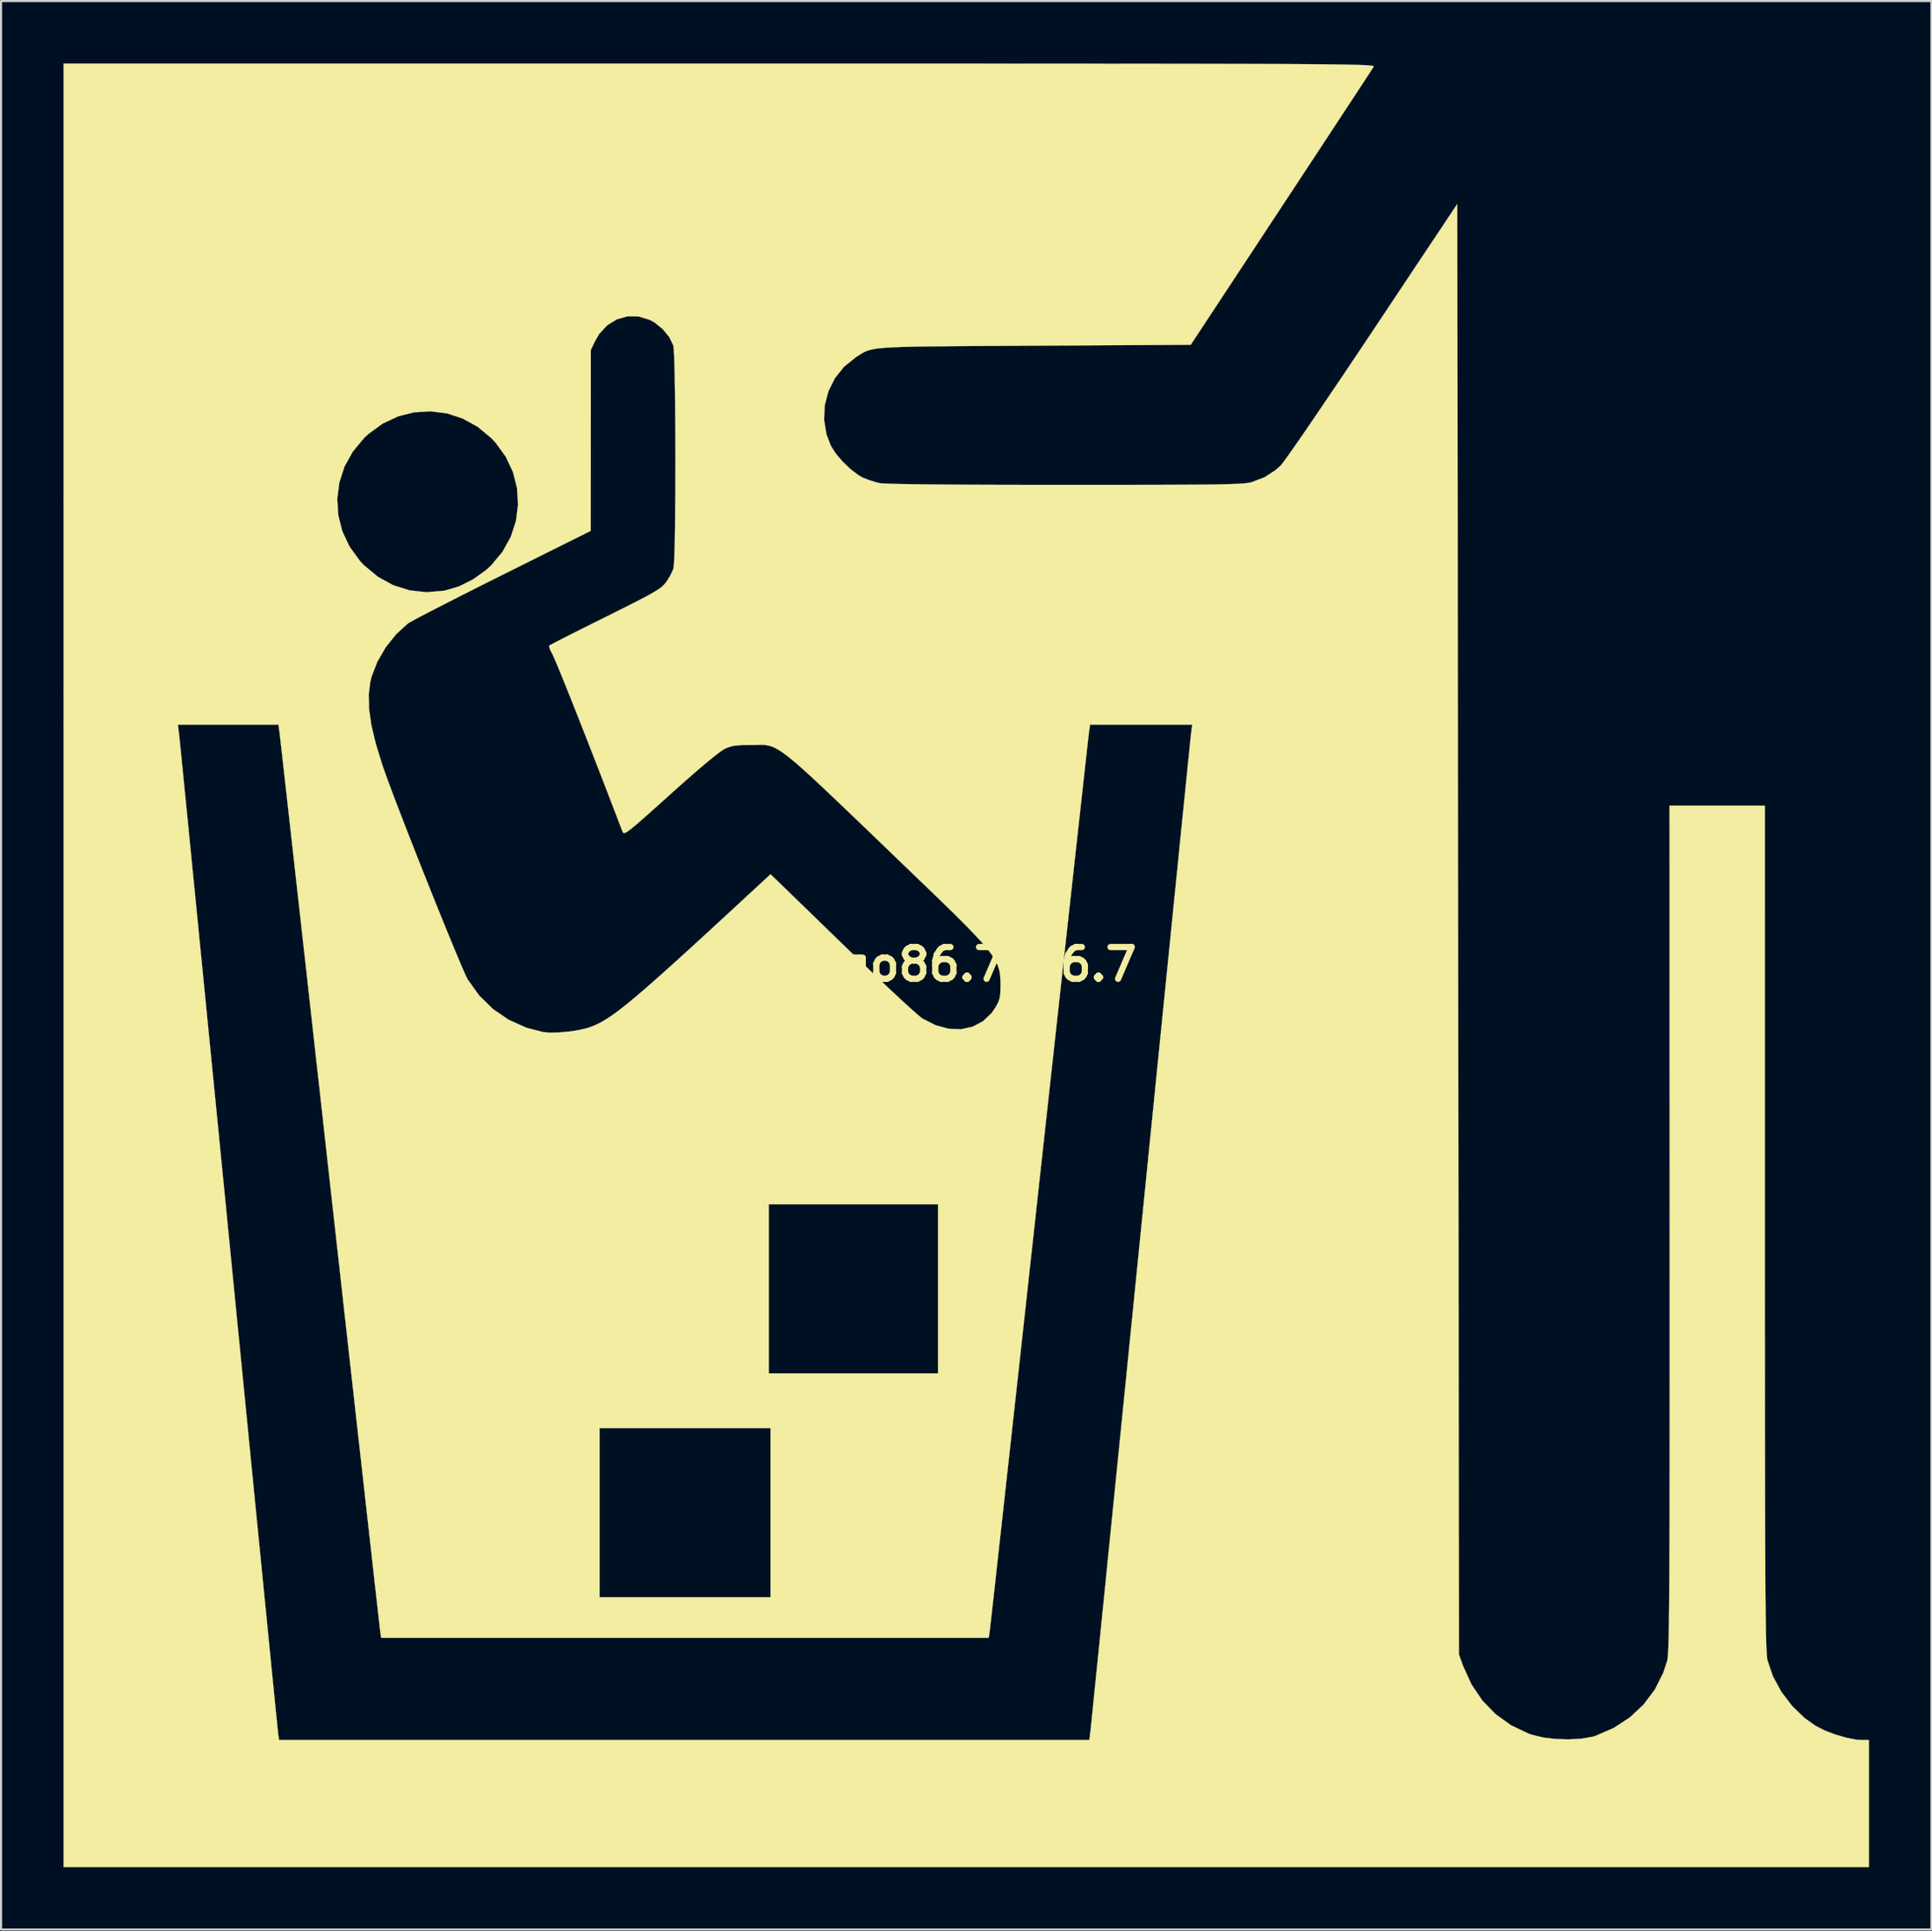
<source format=kicad_pcb>
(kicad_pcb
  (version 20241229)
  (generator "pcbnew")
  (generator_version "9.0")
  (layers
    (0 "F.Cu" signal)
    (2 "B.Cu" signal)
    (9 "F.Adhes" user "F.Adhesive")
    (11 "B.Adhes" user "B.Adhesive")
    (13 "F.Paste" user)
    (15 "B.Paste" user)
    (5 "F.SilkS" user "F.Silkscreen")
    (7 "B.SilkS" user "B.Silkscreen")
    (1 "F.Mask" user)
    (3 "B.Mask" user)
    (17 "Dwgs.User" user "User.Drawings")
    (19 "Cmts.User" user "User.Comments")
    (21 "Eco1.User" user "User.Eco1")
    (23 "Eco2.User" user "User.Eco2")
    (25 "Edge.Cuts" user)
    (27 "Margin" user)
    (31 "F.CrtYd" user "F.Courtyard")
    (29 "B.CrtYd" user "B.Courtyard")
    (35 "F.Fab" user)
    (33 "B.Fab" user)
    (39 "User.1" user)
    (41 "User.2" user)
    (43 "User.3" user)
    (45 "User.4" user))
  (footprint "logo86.7x86.7"
    (layer "F.Cu")
    (at 43.354 43.27)
    (property "Reference" "logo86.7x86.7" (at 0 0 0) (layer "F.SilkS") (effects (font (size 1.524 1.524) (thickness 0.3))))
    (attr through_hole)
    (fp_poly (pts (xy -9.102 -43.265) (xy -6.518 -43.265) (xy -4.094 -43.264) (xy -1.823 -43.264) (xy 0.298 -43.264) (xy 2.275 -43.263) (xy 4.113 -43.262) (xy 5.817 -43.261) (xy 7.391 -43.26) (xy 8.842 -43.259) (xy 10.174 -43.257) (xy 11.391 -43.255) (xy 12.5 -43.252) (xy 13.505 -43.25) (xy 14.411 -43.247) (xy 15.223 -43.243) (xy 15.947 -43.239) (xy 16.586 -43.235) (xy 17.147 -43.23) (xy 17.634 -43.224) (xy 18.053 -43.219) (xy 18.408 -43.212) (xy 18.704 -43.205) (xy 18.947 -43.198) (xy 19.141 -43.19) (xy 19.291 -43.181) (xy 19.404 -43.171) (xy 19.482 -43.161) (xy 19.533 -43.15) (xy 19.56 -43.139) (xy 19.568 -43.126) (xy 19.566 -43.117) (xy 19.508 -43.026) (xy 19.364 -42.804) (xy 19.139 -42.46) (xy 18.842 -42.006) (xy 18.477 -41.45) (xy 18.053 -40.804) (xy 17.575 -40.077) (xy 17.05 -39.279) (xy 16.485 -38.42) (xy 15.887 -37.51) (xy 15.261 -36.561) (xy 15.132 -36.364) (xy 10.782 -29.76) (xy 3.253 -29.718) (xy 1.935 -29.71) (xy 0.774 -29.704) (xy -0.239 -29.697) (xy -1.116 -29.69) (xy -1.868 -29.682) (xy -2.507 -29.672) (xy -3.043 -29.659) (xy -3.488 -29.642) (xy -3.853 -29.621) (xy -4.148 -29.595) (xy -4.386 -29.564) (xy -4.576 -29.526) (xy -4.731 -29.481) (xy -4.862 -29.429) (xy -4.979 -29.368) (xy -5.093 -29.297) (xy -5.217 -29.217) (xy -5.296 -29.166) (xy -5.862 -28.712) (xy -6.305 -28.16) (xy -6.618 -27.533) (xy -6.795 -26.857) (xy -6.828 -26.156) (xy -6.711 -25.456) (xy -6.501 -24.908) (xy -6.271 -24.544) (xy -5.94 -24.154) (xy -5.559 -23.789) (xy -5.176 -23.498) (xy -4.986 -23.389) (xy -4.656 -23.256) (xy -4.283 -23.144) (xy -4.149 -23.114) (xy -3.985 -23.099) (xy -3.657 -23.086) (xy -3.172 -23.074) (xy -2.534 -23.063) (xy -1.751 -23.054) (xy -0.828 -23.046) (xy 0.23 -23.039) (xy 1.417 -23.034) (xy 2.726 -23.031) (xy 4.153 -23.029) (xy 4.78 -23.029) (xy 6.183 -23.03) (xy 7.427 -23.03) (xy 8.521 -23.032) (xy 9.477 -23.034) (xy 10.304 -23.038) (xy 11.012 -23.042) (xy 11.611 -23.048) (xy 12.112 -23.055) (xy 12.525 -23.064) (xy 12.859 -23.075) (xy 13.124 -23.087) (xy 13.332 -23.102) (xy 13.492 -23.119) (xy 13.614 -23.138) (xy 13.708 -23.16) (xy 13.722 -23.164) (xy 14.32 -23.395) (xy 14.833 -23.723) (xy 15.092 -23.949) (xy 15.186 -24.063) (xy 15.366 -24.309) (xy 15.625 -24.673) (xy 15.955 -25.147) (xy 16.349 -25.718) (xy 16.799 -26.377) (xy 17.298 -27.112) (xy 17.839 -27.913) (xy 18.415 -28.768) (xy 19.017 -29.667) (xy 19.494 -30.383) (xy 23.58 -36.517) (xy 23.664 33.147) (xy 23.862 33.697) (xy 24.261 34.575) (xy 24.784 35.35) (xy 25.422 36.009) (xy 26.162 36.542) (xy 26.995 36.939) (xy 27.189 37.006) (xy 27.706 37.13) (xy 28.309 37.202) (xy 28.94 37.221) (xy 29.544 37.187) (xy 30.065 37.098) (xy 30.226 37.051) (xy 31.095 36.674) (xy 31.867 36.169) (xy 32.531 35.549) (xy 33.072 34.828) (xy 33.478 34.018) (xy 33.66 33.464) (xy 33.674 33.397) (xy 33.687 33.302) (xy 33.699 33.174) (xy 33.71 33.005) (xy 33.72 32.789) (xy 33.729 32.52) (xy 33.738 32.192) (xy 33.745 31.798) (xy 33.752 31.332) (xy 33.758 30.789) (xy 33.763 30.16) (xy 33.768 29.441) (xy 33.771 28.625) (xy 33.775 27.705) (xy 33.777 26.676) (xy 33.78 25.531) (xy 33.781 24.263) (xy 33.782 22.867) (xy 33.783 21.336) (xy 33.784 19.663) (xy 33.784 17.844) (xy 33.784 15.87) (xy 33.783 13.736) (xy 33.783 12.679) (xy 33.776 -7.62) (xy 38.354 -7.62) (xy 38.355 12.636) (xy 38.355 14.854) (xy 38.356 16.909) (xy 38.357 18.806) (xy 38.358 20.553) (xy 38.359 22.156) (xy 38.361 23.62) (xy 38.363 24.953) (xy 38.365 26.16) (xy 38.368 27.248) (xy 38.372 28.222) (xy 38.376 29.09) (xy 38.381 29.856) (xy 38.386 30.529) (xy 38.392 31.113) (xy 38.399 31.615) (xy 38.406 32.041) (xy 38.415 32.398) (xy 38.424 32.692) (xy 38.434 32.928) (xy 38.445 33.114) (xy 38.456 33.256) (xy 38.469 33.359) (xy 38.481 33.422) (xy 38.743 34.194) (xy 39.148 34.939) (xy 39.668 35.623) (xy 40.278 36.209) (xy 40.805 36.579) (xy 41.242 36.799) (xy 41.755 36.993) (xy 42.284 37.145) (xy 42.767 37.236) (xy 43.024 37.253) (xy 43.349 37.253) (xy 43.349 43.349) (xy -43.349 43.349) (xy -43.349 -11.515) (xy -37.862 -11.515) (xy -37.811 -11.113) (xy -37.798 -10.995) (xy -37.769 -10.716) (xy -37.726 -10.283) (xy -37.668 -9.701) (xy -37.595 -8.979) (xy -37.51 -8.122) (xy -37.412 -7.139) (xy -37.303 -6.035) (xy -37.182 -4.818) (xy -37.051 -3.494) (xy -36.91 -2.071) (xy -36.76 -0.555) (xy -36.601 1.046) (xy -36.435 2.727) (xy -36.262 4.479) (xy -36.082 6.296) (xy -35.897 8.172) (xy -35.707 10.099) (xy -35.512 12.07) (xy -35.434 12.869) (xy -35.238 14.856) (xy -35.046 16.802) (xy -34.858 18.699) (xy -34.676 20.54) (xy -34.501 22.319) (xy -34.332 24.029) (xy -34.17 25.663) (xy -34.016 27.214) (xy -33.872 28.675) (xy -33.736 30.039) (xy -33.611 31.3) (xy -33.497 32.45) (xy -33.394 33.482) (xy -33.304 34.39) (xy -33.227 35.167) (xy -33.163 35.806) (xy -33.113 36.3) (xy -33.078 36.641) (xy -33.059 36.824) (xy -33.056 36.851) (xy -33.004 37.253) (xy 5.911 37.253) (xy 5.963 36.851) (xy 5.976 36.734) (xy 6.005 36.455) (xy 6.049 36.021) (xy 6.108 35.44) (xy 6.182 34.718) (xy 6.269 33.861) (xy 6.368 32.878) (xy 6.48 31.774) (xy 6.603 30.557) (xy 6.736 29.234) (xy 6.88 27.811) (xy 7.032 26.296) (xy 7.194 24.694) (xy 7.363 23.014) (xy 7.539 21.262) (xy 7.722 19.445) (xy 7.91 17.57) (xy 8.104 15.643) (xy 8.302 13.672) (xy 8.382 12.869) (xy 8.582 10.883) (xy 8.777 8.937) (xy 8.968 7.041) (xy 9.153 5.199) (xy 9.332 3.42) (xy 9.504 1.71) (xy 9.669 0.077) (xy 9.825 -1.474) (xy 9.972 -2.935) (xy 10.11 -4.299) (xy 10.237 -5.56) (xy 10.353 -6.71) (xy 10.458 -7.743) (xy 10.55 -8.651) (xy 10.628 -9.428) (xy 10.694 -10.067) (xy 10.744 -10.56) (xy 10.779 -10.902) (xy 10.799 -11.085) (xy 10.802 -11.113) (xy 10.853 -11.515) (xy 5.946 -11.515) (xy 5.894 -11.155) (xy 5.881 -11.04) (xy 5.849 -10.763) (xy 5.801 -10.333) (xy 5.737 -9.757) (xy 5.657 -9.041) (xy 5.563 -8.193) (xy 5.456 -7.22) (xy 5.335 -6.13) (xy 5.202 -4.929) (xy 5.059 -3.626) (xy 4.904 -2.227) (xy 4.74 -0.739) (xy 4.567 0.83) (xy 4.387 2.472) (xy 4.199 4.182) (xy 4.004 5.951) (xy 3.804 7.772) (xy 3.599 9.638) (xy 3.513 10.414) (xy 3.307 12.296) (xy 3.104 14.137) (xy 2.907 15.928) (xy 2.717 17.663) (xy 2.533 19.334) (xy 2.357 20.934) (xy 2.189 22.455) (xy 2.03 23.892) (xy 1.882 25.235) (xy 1.745 26.479) (xy 1.619 27.615) (xy 1.506 28.637) (xy 1.407 29.537) (xy 1.321 30.308) (xy 1.25 30.942) (xy 1.196 31.433) (xy 1.157 31.773) (xy 1.136 31.956) (xy 1.133 31.983) (xy 1.081 32.343) (xy -28.099 32.343) (xy -28.149 31.983) (xy -28.162 31.868) (xy -28.194 31.591) (xy -28.243 31.161) (xy -28.308 30.585) (xy -28.389 29.869) (xy -28.484 29.021) (xy -28.593 28.049) (xy -28.715 26.959) (xy -28.85 25.759) (xy -28.996 24.455) (xy -29.152 23.056) (xy -29.241 22.267) (xy -17.611 22.267) (xy -17.611 30.395) (xy -9.398 30.395) (xy -9.398 22.267) (xy -17.611 22.267) (xy -29.241 22.267) (xy -29.319 21.569) (xy -29.494 20) (xy -29.678 18.358) (xy -29.869 16.649) (xy -30.066 14.88) (xy -30.269 13.059) (xy -30.442 11.515) (xy -9.483 11.515) (xy -9.483 19.643) (xy -1.355 19.643) (xy -1.355 11.515) (xy -9.483 11.515) (xy -30.442 11.515) (xy -30.478 11.193) (xy -30.565 10.414) (xy -30.775 8.532) (xy -30.98 6.692) (xy -31.18 4.901) (xy -31.374 3.166) (xy -31.56 1.495) (xy -31.739 -0.105) (xy -31.91 -1.627) (xy -32.07 -3.063) (xy -32.221 -4.406) (xy -32.36 -5.65) (xy -32.487 -6.786) (xy -32.602 -7.808) (xy -32.703 -8.708) (xy -32.79 -9.479) (xy -32.861 -10.113) (xy -32.917 -10.605) (xy -32.956 -10.945) (xy -32.977 -11.127) (xy -32.981 -11.155) (xy -33.03 -11.515) (xy -37.862 -11.515) (xy -43.349 -11.515) (xy -43.349 -12.956) (xy -28.697 -12.956) (xy -28.68 -12.266) (xy -28.569 -11.489) (xy -28.36 -10.609) (xy -28.053 -9.612) (xy -27.942 -9.29) (xy -27.779 -8.84) (xy -27.573 -8.286) (xy -27.33 -7.645) (xy -27.056 -6.935) (xy -26.76 -6.173) (xy -26.447 -5.376) (xy -26.126 -4.562) (xy -25.801 -3.747) (xy -25.482 -2.949) (xy -25.174 -2.186) (xy -24.884 -1.474) (xy -24.619 -0.832) (xy -24.387 -0.275) (xy -24.194 0.178) (xy -24.047 0.51) (xy -23.953 0.704) (xy -23.944 0.72) (xy -23.394 1.49) (xy -22.732 2.141) (xy -21.971 2.661) (xy -21.126 3.041) (xy -20.32 3.251) (xy -19.989 3.278) (xy -19.553 3.267) (xy -19.074 3.224) (xy -18.612 3.155) (xy -18.226 3.065) (xy -18.197 3.057) (xy -17.977 2.98) (xy -17.753 2.886) (xy -17.517 2.766) (xy -17.261 2.613) (xy -16.974 2.421) (xy -16.649 2.182) (xy -16.276 1.888) (xy -15.848 1.533) (xy -15.354 1.11) (xy -14.787 0.61) (xy -14.137 0.027) (xy -13.395 -0.646) (xy -12.553 -1.416) (xy -11.603 -2.292) (xy -10.985 -2.862) (xy -9.397 -4.331) (xy -5.966 -1.001) (xy -5.317 -0.375) (xy -4.693 0.223) (xy -4.106 0.781) (xy -3.569 1.286) (xy -3.094 1.728) (xy -2.694 2.093) (xy -2.381 2.371) (xy -2.169 2.55) (xy -2.093 2.606) (xy -1.466 2.923) (xy -0.846 3.091) (xy -0.249 3.114) (xy 0.306 2.993) (xy 0.802 2.732) (xy 1.221 2.334) (xy 1.416 2.05) (xy 1.539 1.819) (xy 1.61 1.604) (xy 1.642 1.344) (xy 1.648 0.977) (xy 1.648 0.974) (xy 1.643 0.717) (xy 1.625 0.482) (xy 1.583 0.259) (xy 1.511 0.036) (xy 1.398 -0.198) (xy 1.238 -0.454) (xy 1.02 -0.743) (xy 0.736 -1.076) (xy 0.377 -1.463) (xy -0.064 -1.917) (xy -0.597 -2.448) (xy -1.231 -3.067) (xy -1.974 -3.784) (xy -2.461 -4.253) (xy -3.494 -5.246) (xy -4.412 -6.13) (xy -5.223 -6.91) (xy -5.936 -7.592) (xy -6.558 -8.184) (xy -7.097 -8.692) (xy -7.561 -9.122) (xy -7.959 -9.48) (xy -8.299 -9.773) (xy -8.588 -10.007) (xy -8.834 -10.189) (xy -9.047 -10.326) (xy -9.233 -10.423) (xy -9.4 -10.487) (xy -9.558 -10.525) (xy -9.713 -10.543) (xy -9.874 -10.547) (xy -10.049 -10.543) (xy -10.246 -10.539) (xy -10.329 -10.539) (xy -10.757 -10.535) (xy -11.063 -10.515) (xy -11.296 -10.471) (xy -11.503 -10.398) (xy -11.621 -10.343) (xy -11.793 -10.231) (xy -12.074 -10.016) (xy -12.45 -9.709) (xy -12.907 -9.322) (xy -13.431 -8.866) (xy -14.009 -8.354) (xy -14.226 -8.159) (xy -14.811 -7.632) (xy -15.283 -7.21) (xy -15.655 -6.882) (xy -15.94 -6.638) (xy -16.149 -6.469) (xy -16.296 -6.364) (xy -16.393 -6.315) (xy -16.453 -6.31) (xy -16.488 -6.34) (xy -16.501 -6.368) (xy -16.87 -7.33) (xy -17.24 -8.293) (xy -17.608 -9.242) (xy -17.966 -10.162) (xy -18.31 -11.042) (xy -18.634 -11.865) (xy -18.933 -12.619) (xy -19.2 -13.289) (xy -19.431 -13.861) (xy -19.62 -14.322) (xy -19.762 -14.658) (xy -19.85 -14.854) (xy -19.867 -14.887) (xy -19.98 -15.107) (xy -20.033 -15.266) (xy -20.028 -15.31) (xy -19.943 -15.36) (xy -19.723 -15.476) (xy -19.387 -15.648) (xy -18.952 -15.869) (xy -18.436 -16.129) (xy -17.856 -16.419) (xy -17.333 -16.679) (xy -16.62 -17.035) (xy -16.042 -17.325) (xy -15.584 -17.561) (xy -15.229 -17.75) (xy -14.961 -17.904) (xy -14.763 -18.031) (xy -14.618 -18.14) (xy -14.511 -18.241) (xy -14.425 -18.344) (xy -14.418 -18.354) (xy -14.239 -18.63) (xy -14.098 -18.917) (xy -14.059 -19.031) (xy -14.039 -19.189) (xy -14.021 -19.496) (xy -14.006 -19.936) (xy -13.993 -20.488) (xy -13.983 -21.135) (xy -13.976 -21.859) (xy -13.97 -22.639) (xy -13.967 -23.459) (xy -13.966 -24.298) (xy -13.968 -25.14) (xy -13.972 -25.965) (xy -13.978 -26.754) (xy -13.987 -27.49) (xy -13.998 -28.153) (xy -14.011 -28.725) (xy -14.026 -29.188) (xy -14.044 -29.522) (xy -14.064 -29.71) (xy -14.068 -29.73) (xy -14.262 -30.132) (xy -14.578 -30.516) (xy -14.97 -30.833) (xy -15.193 -30.956) (xy -15.731 -31.121) (xy -16.267 -31.128) (xy -16.777 -30.985) (xy -17.236 -30.703) (xy -17.62 -30.292) (xy -17.832 -29.93) (xy -18.032 -29.506) (xy -18.033 -25.165) (xy -18.034 -20.824) (xy -22.288 -18.703) (xy -23.087 -18.304) (xy -23.846 -17.922) (xy -24.552 -17.564) (xy -25.189 -17.238) (xy -25.743 -16.953) (xy -26.2 -16.714) (xy -26.543 -16.531) (xy -26.758 -16.41) (xy -26.822 -16.369) (xy -27.387 -15.851) (xy -27.884 -15.226) (xy -28.283 -14.537) (xy -28.557 -13.829) (xy -28.621 -13.572) (xy -28.697 -12.956) (xy -43.349 -12.956) (xy -43.349 -22.363) (xy -30.207 -22.363) (xy -30.159 -21.575) (xy -29.963 -20.804) (xy -29.619 -20.069) (xy -29.128 -19.39) (xy -28.922 -19.169) (xy -28.257 -18.618) (xy -27.523 -18.215) (xy -26.736 -17.965) (xy -25.912 -17.875) (xy -25.067 -17.948) (xy -25.052 -17.951) (xy -24.356 -18.157) (xy -23.67 -18.501) (xy -23.042 -18.954) (xy -22.81 -19.169) (xy -22.267 -19.824) (xy -21.871 -20.542) (xy -21.624 -21.303) (xy -21.524 -22.087) (xy -21.572 -22.875) (xy -21.768 -23.646) (xy -22.112 -24.381) (xy -22.603 -25.06) (xy -22.81 -25.281) (xy -23.465 -25.824) (xy -24.183 -26.219) (xy -24.944 -26.467) (xy -25.728 -26.566) (xy -26.515 -26.518) (xy -27.287 -26.322) (xy -28.022 -25.979) (xy -28.701 -25.487) (xy -28.922 -25.281) (xy -29.465 -24.626) (xy -29.86 -23.908) (xy -30.107 -23.147) (xy -30.207 -22.363) (xy -43.349 -22.363) (xy -43.349 -43.265) (xy -11.85 -43.265) (xy -9.102 -43.265)) (stroke (width 0.01) (type solid)) (fill yes) (layer "F.SilkS")))
  (gr_rect
    (start -3 -3)
    (end 89.709 89.624)
    (stroke (width 0.1) (type default))
    (fill no)
    (layer "Edge.Cuts")))
</source>
